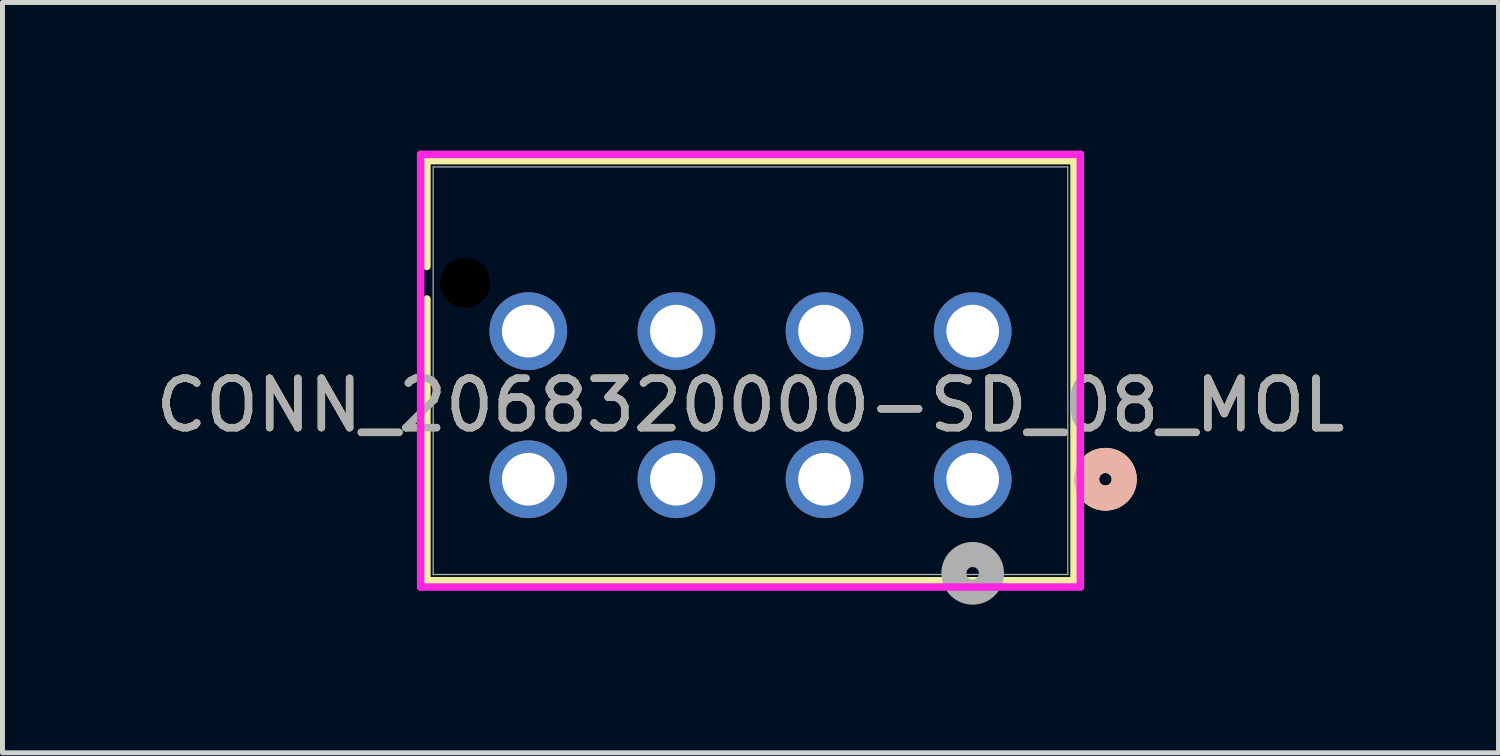
<source format=kicad_pcb>
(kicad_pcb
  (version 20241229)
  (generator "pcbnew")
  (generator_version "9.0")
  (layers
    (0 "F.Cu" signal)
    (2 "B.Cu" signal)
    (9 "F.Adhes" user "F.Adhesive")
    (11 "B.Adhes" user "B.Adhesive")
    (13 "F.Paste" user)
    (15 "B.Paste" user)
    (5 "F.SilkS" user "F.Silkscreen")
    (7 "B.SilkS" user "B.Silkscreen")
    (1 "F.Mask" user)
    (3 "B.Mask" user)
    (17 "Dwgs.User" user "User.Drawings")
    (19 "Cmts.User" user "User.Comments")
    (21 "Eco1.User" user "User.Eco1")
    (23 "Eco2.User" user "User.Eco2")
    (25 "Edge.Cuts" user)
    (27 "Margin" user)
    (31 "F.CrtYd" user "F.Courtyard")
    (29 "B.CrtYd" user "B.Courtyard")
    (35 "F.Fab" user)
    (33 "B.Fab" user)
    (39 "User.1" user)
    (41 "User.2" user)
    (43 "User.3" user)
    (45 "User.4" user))
  (footprint "CONN_2068320000-SD_08_MOL"
    (layer "F.Cu")
    (at 16.649 6.656)
    (property "Reference" "CONN_2068320000-SD_08_MOL" (at -4.5 -1.5 0) (unlocked yes) (layer "F.SilkS") (effects (font (size 1 1) (thickness 0.15))))
    (attr through_hole)
    (fp_line (start -11.053 -6.453) (end -11.053 -4.31) (stroke (width 0.152) (type solid)) (layer "F.SilkS"))
    (fp_line (start -11.053 -3.65) (end -11.053 2.056) (stroke (width 0.152) (type solid)) (layer "F.SilkS"))
    (fp_line (start -11.053 2.056) (end 2.053 2.056) (stroke (width 0.152) (type solid)) (layer "F.SilkS"))
    (fp_line (start 2.053 -6.453) (end -11.053 -6.453) (stroke (width 0.152) (type solid)) (layer "F.SilkS"))
    (fp_line (start 2.053 2.056) (end 2.053 -6.453) (stroke (width 0.152) (type solid)) (layer "F.SilkS"))
    (fp_circle (center 2.688 0) (end 3.069 0) (stroke (width 0.508) (type solid)) (fill no) (layer "F.SilkS"))
    (fp_circle (center 2.688 0) (end 3.069 0) (stroke (width 0.508) (type solid)) (fill no) (layer "B.SilkS"))
    (fp_line (start -11.18 -6.58) (end -11.18 2.183) (stroke (width 0.152) (type solid)) (layer "F.CrtYd"))
    (fp_line (start -11.18 2.183) (end 2.18 2.183) (stroke (width 0.152) (type solid)) (layer "F.CrtYd"))
    (fp_line (start 2.18 -6.58) (end -11.18 -6.58) (stroke (width 0.152) (type solid)) (layer "F.CrtYd"))
    (fp_line (start 2.18 2.183) (end 2.18 -6.58) (stroke (width 0.152) (type solid)) (layer "F.CrtYd"))
    (fp_line (start -10.926 -6.326) (end -10.926 1.929) (stroke (width 0.025) (type solid)) (layer "F.Fab"))
    (fp_line (start -10.926 1.929) (end 1.926 1.929) (stroke (width 0.025) (type solid)) (layer "F.Fab"))
    (fp_line (start 1.926 -6.326) (end -10.926 -6.326) (stroke (width 0.025) (type solid)) (layer "F.Fab"))
    (fp_line (start 1.926 1.929) (end 1.926 -6.326) (stroke (width 0.025) (type solid)) (layer "F.Fab"))
    (fp_circle (center 0 1.905) (end 0.381 1.905) (stroke (width 0.508) (type solid)) (fill no) (layer "F.Fab"))
    (fp_text user "${REFERENCE}" (at -4.5 -1.5 0) (unlocked yes) (layer "F.Fab") (effects (font (size 1 1) (thickness 0.15))))
    (pad "" np_thru_hole circle (at -10.28 -3.98) (size 1.016 1.016) (drill 1.016) (layers))
    (pad "1" thru_hole circle (at 0 0) (size 1.575 1.575) (drill 1.067) (layers "*.Cu" "*.Mask"))
    (pad "2" thru_hole circle (at -3 0) (size 1.575 1.575) (drill 1.067) (layers "*.Cu" "*.Mask"))
    (pad "3" thru_hole circle (at -6 0) (size 1.575 1.575) (drill 1.067) (layers "*.Cu" "*.Mask"))
    (pad "4" thru_hole circle (at -9 0) (size 1.575 1.575) (drill 1.067) (layers "*.Cu" "*.Mask"))
    (pad "5" thru_hole circle (at 0 -3) (size 1.575 1.575) (drill 1.067) (layers "*.Cu" "*.Mask"))
    (pad "6" thru_hole circle (at -3 -3) (size 1.575 1.575) (drill 1.067) (layers "*.Cu" "*.Mask"))
    (pad "7" thru_hole circle (at -6 -3) (size 1.575 1.575) (drill 1.067) (layers "*.Cu" "*.Mask"))
    (pad "8" thru_hole circle (at -9 -3) (size 1.575 1.575) (drill 1.067) (layers "*.Cu" "*.Mask")))
  (gr_rect
    (start -3 -3)
    (end 27.298 12.196)
    (stroke (width 0.1) (type default))
    (fill no)
    (layer "Edge.Cuts")))
</source>
